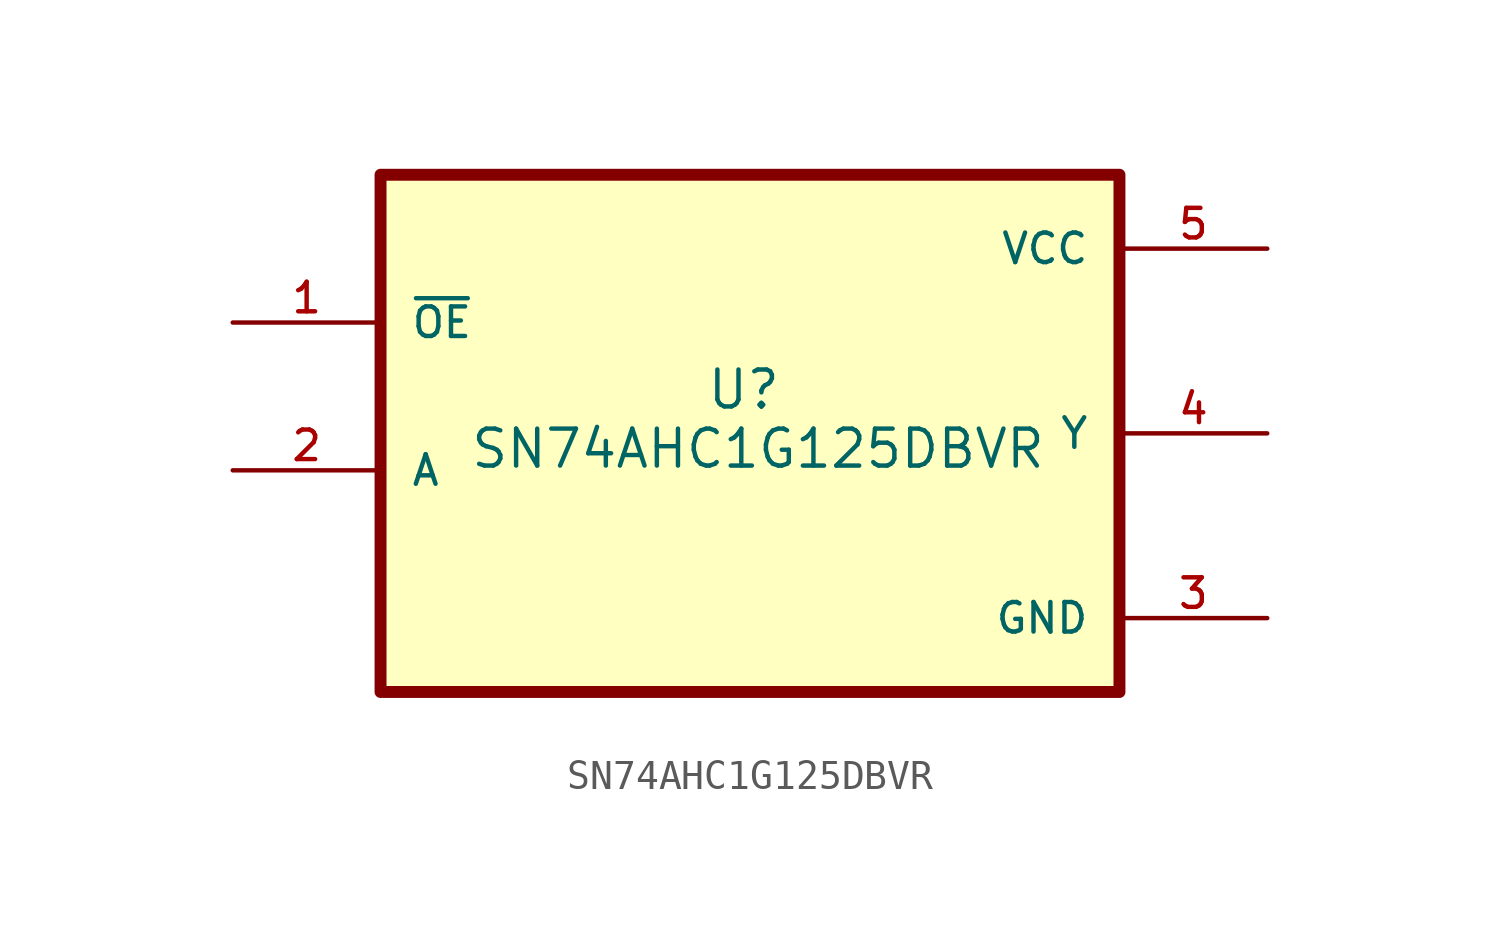
<source format=kicad_sym>
(kicad_symbol_lib
  (version 20241209)
  (generator "kicad_symbol_editor")
  (generator_version "9.0")
  (symbol "SN74AHC1G125DBVR"
    (pin_names
      (offset 1.016))
    (property "Reference" "U"
      (at -1.524 2.032 0)
      (effects (font (size 1.27 1.27)) (justify left bottom)))
    (property "Value" "SN74AHC1G125DBVR"
      (at -9.652 0 0)
      (effects (font (size 1.27 1.27)) (justify left bottom)))
    (symbol "SN74AHC1G125DBVR_0_0"
      (rectangle (start -12.7 10.16) (end 12.7 -7.62) (stroke (width 0.41) (type default)) (fill (type background)))
      (pin input line (at -17.78 5.08 0) (length 5.08) (name "~{OE}" (effects (font (size 1.016 1.016)))) (number "1" (effects (font (size 1.016 1.016)))))
      (pin input line (at -17.78 0 0) (length 5.08) (name "A" (effects (font (size 1.016 1.016)))) (number "2" (effects (font (size 1.016 1.016)))))
      (pin power_in line (at 17.78 7.62 180) (length 5.08) (name "VCC" (effects (font (size 1.016 1.016)))) (number "5" (effects (font (size 1.016 1.016)))))
      (pin output line (at 17.78 1.27 180) (length 5.08) (name "Y" (effects (font (size 1.016 1.016)))) (number "4" (effects (font (size 1.016 1.016)))))
      (pin power_in line (at 17.78 -5.08 180) (length 5.08) (name "GND" (effects (font (size 1.016 1.016)))) (number "3" (effects (font (size 1.016 1.016))))))))
</source>
